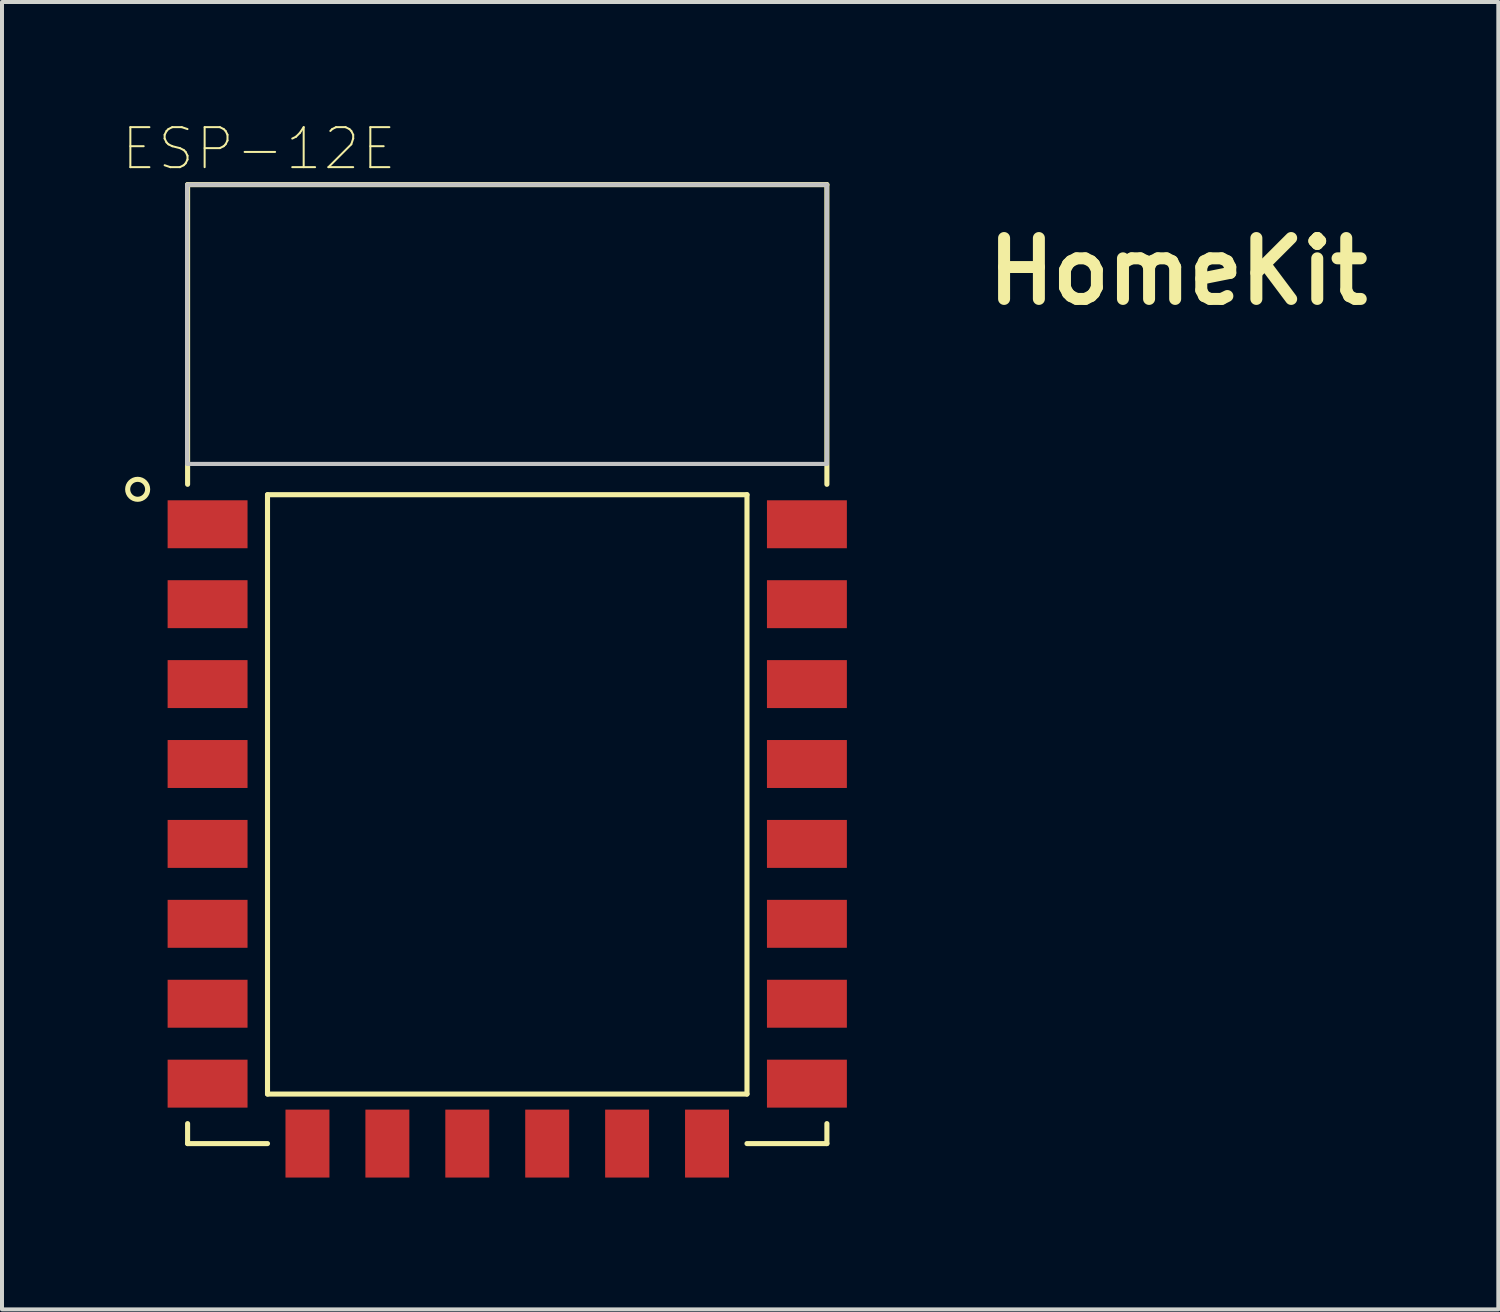
<source format=kicad_pcb>
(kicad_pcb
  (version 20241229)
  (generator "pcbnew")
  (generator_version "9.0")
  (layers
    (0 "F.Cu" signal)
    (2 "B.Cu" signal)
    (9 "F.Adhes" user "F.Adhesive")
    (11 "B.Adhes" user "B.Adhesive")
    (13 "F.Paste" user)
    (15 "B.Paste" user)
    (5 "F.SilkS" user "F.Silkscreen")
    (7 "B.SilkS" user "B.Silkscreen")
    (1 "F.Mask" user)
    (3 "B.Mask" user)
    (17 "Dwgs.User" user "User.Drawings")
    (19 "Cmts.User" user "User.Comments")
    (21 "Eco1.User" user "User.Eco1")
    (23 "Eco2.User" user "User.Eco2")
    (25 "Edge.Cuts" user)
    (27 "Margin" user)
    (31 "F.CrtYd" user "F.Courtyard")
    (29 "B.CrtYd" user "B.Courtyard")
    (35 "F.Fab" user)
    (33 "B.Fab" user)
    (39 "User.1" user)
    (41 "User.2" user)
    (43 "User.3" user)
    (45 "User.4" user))
  (footprint "ESP-12E"
    (layer "F.Cu")
    (at 9.645 17.071)
    (property "Reference" "ESP-12E" (at -6.215 -16.398 0) (layer "F.SilkS") (effects (font (size 1.001 1.001) (thickness 0.05))))
    (attr smd)
    (fp_line (start -8 -15.5) (end 8 -15.5) (stroke (width 0.127) (type solid)) (layer "F.SilkS"))
    (fp_line (start -8 -8) (end -8 -15.5) (stroke (width 0.127) (type solid)) (layer "F.SilkS"))
    (fp_line (start -8 8) (end -8 8.5) (stroke (width 0.127) (type solid)) (layer "F.SilkS"))
    (fp_line (start -8 8.5) (end -6 8.5) (stroke (width 0.127) (type solid)) (layer "F.SilkS"))
    (fp_line (start -6 -7.74) (end 6 -7.74) (stroke (width 0.127) (type solid)) (layer "F.SilkS"))
    (fp_line (start -6 7.26) (end -6 -7.74) (stroke (width 0.127) (type solid)) (layer "F.SilkS"))
    (fp_line (start 6 -7.74) (end 6 7.26) (stroke (width 0.127) (type solid)) (layer "F.SilkS"))
    (fp_line (start 6 7.26) (end -6 7.26) (stroke (width 0.127) (type solid)) (layer "F.SilkS"))
    (fp_line (start 8 -15.5) (end 8 -8) (stroke (width 0.127) (type solid)) (layer "F.SilkS"))
    (fp_line (start 8 8) (end 8 8.5) (stroke (width 0.127) (type solid)) (layer "F.SilkS"))
    (fp_line (start 8 8.5) (end 6 8.5) (stroke (width 0.127) (type solid)) (layer "F.SilkS"))
    (fp_circle (center -9.25 -7.875) (end -9 -7.875) (stroke (width 0.127) (type solid)) (fill no) (layer "F.SilkS"))
    (fp_poly (pts (xy -8.009 -15.5) (xy 8 -15.5) (xy 8 -8.51) (xy -8.009 -8.51)) (stroke (width 0.1) (type solid)) (fill no) (layer "Dwgs.User"))
    (fp_poly (pts (xy -8.009 -15.5) (xy 8 -15.5) (xy 8 -8.51) (xy -8.009 -8.51)) (stroke (width 0.1) (type solid)) (fill no) (layer "Dwgs.User"))
    (fp_line (start -8.75 -15.75) (end -8.75 9.625) (stroke (width 0.05) (type solid)) (layer "Eco1.User"))
    (fp_line (start -8.75 9.625) (end 8.75 9.625) (stroke (width 0.05) (type solid)) (layer "Eco1.User"))
    (fp_line (start 8.75 -15.75) (end -8.75 -15.75) (stroke (width 0.05) (type solid)) (layer "Eco1.User"))
    (fp_line (start 8.75 9.625) (end 8.75 -15.75) (stroke (width 0.05) (type solid)) (layer "Eco1.User"))
    (fp_line (start -8 -15.5) (end 8 -15.5) (stroke (width 0.127) (type solid)) (layer "Eco2.User"))
    (fp_line (start -8 8.5) (end -8 -15.5) (stroke (width 0.127) (type solid)) (layer "Eco2.User"))
    (fp_line (start 8 -15.5) (end 8 8.5) (stroke (width 0.127) (type solid)) (layer "Eco2.User"))
    (fp_line (start 8 8.5) (end -8 8.5) (stroke (width 0.127) (type solid)) (layer "Eco2.User"))
    (pad "1" smd rect (at -7.5 -7) (size 2 1.2) (layers "F.Cu" "F.Mask" "F.Paste"))
    (pad "2" smd rect (at -7.5 -5) (size 2 1.2) (layers "F.Cu" "F.Mask" "F.Paste"))
    (pad "3" smd rect (at -7.5 -3) (size 2 1.2) (layers "F.Cu" "F.Mask" "F.Paste"))
    (pad "4" smd rect (at -7.5 -1) (size 2 1.2) (layers "F.Cu" "F.Mask" "F.Paste"))
    (pad "5" smd rect (at -7.5 1) (size 2 1.2) (layers "F.Cu" "F.Mask" "F.Paste"))
    (pad "6" smd rect (at -7.5 3) (size 2 1.2) (layers "F.Cu" "F.Mask" "F.Paste"))
    (pad "7" smd rect (at -7.5 5) (size 2 1.2) (layers "F.Cu" "F.Mask" "F.Paste"))
    (pad "8" smd rect (at -7.5 7) (size 2 1.2) (layers "F.Cu" "F.Mask" "F.Paste"))
    (pad "9" smd rect (at -5 8.5) (size 1.1 1.7) (layers "F.Cu" "F.Mask" "F.Paste"))
    (pad "10" smd rect (at -3 8.5) (size 1.1 1.7) (layers "F.Cu" "F.Mask" "F.Paste"))
    (pad "11" smd rect (at -1 8.5) (size 1.1 1.7) (layers "F.Cu" "F.Mask" "F.Paste"))
    (pad "12" smd rect (at 1 8.5) (size 1.1 1.7) (layers "F.Cu" "F.Mask" "F.Paste"))
    (pad "13" smd rect (at 3 8.5) (size 1.1 1.7) (layers "F.Cu" "F.Mask" "F.Paste"))
    (pad "14" smd rect (at 5 8.5) (size 1.1 1.7) (layers "F.Cu" "F.Mask" "F.Paste"))
    (pad "15" smd rect (at 7.5 7) (size 2 1.2) (layers "F.Cu" "F.Mask" "F.Paste"))
    (pad "16" smd rect (at 7.5 5) (size 2 1.2) (layers "F.Cu" "F.Mask" "F.Paste"))
    (pad "17" smd rect (at 7.5 3) (size 2 1.2) (layers "F.Cu" "F.Mask" "F.Paste"))
    (pad "18" smd rect (at 7.5 1) (size 2 1.2) (layers "F.Cu" "F.Mask" "F.Paste"))
    (pad "19" smd rect (at 7.5 -1) (size 2 1.2) (layers "F.Cu" "F.Mask" "F.Paste"))
    (pad "20" smd rect (at 7.5 -3) (size 2 1.2) (layers "F.Cu" "F.Mask" "F.Paste"))
    (pad "21" smd rect (at 7.5 -5) (size 2 1.2) (layers "F.Cu" "F.Mask" "F.Paste"))
    (pad "22" smd rect (at 7.5 -7) (size 2 1.2) (layers "F.Cu" "F.Mask" "F.Paste")))
  (footprint "HomeKit"
    (layer "F.Cu")
    (at 26.434 3.742)
    (property "Reference" "HomeKit" (at 0 0 0) (layer "F.SilkS") (effects (font (size 1.524 1.524) (thickness 0.3))))
    (attr through_hole)
    (fp_poly (pts (xy 0.443 -0.681) (xy 0.564 -0.141) (xy 0.432 0.412) (xy 0 0.564) (xy -0.443 0.399) (xy -0.564 -0.141) (xy -0.282 -0.141) (xy -0.13 0.234) (xy 0 0.282) (xy 0.25 0.054) (xy 0.282 -0.141) (xy 0.13 -0.517) (xy 0 -0.564) (xy -0.25 -0.336) (xy -0.282 -0.141) (xy -0.564 -0.141) (xy -0.432 -0.694) (xy 0 -0.847) (xy 0.443 -0.681)) (stroke (width 0.01) (type solid)) (fill yes) (layer "F.Mask"))
    (fp_poly (pts (xy 0.847 -1.693) (xy 1.397 -1.21) (xy 1.641 -0.647) (xy 1.693 0.16) (xy 1.693 1.411) (xy -1.693 1.411) (xy -1.693 0.185) (xy -1.411 0.185) (xy -1.411 1.129) (xy 0 1.129) (xy 0.835 1.112) (xy 1.252 0.998) (xy 1.395 0.696) (xy 1.411 0.234) (xy 1.232 -0.645) (xy 0.778 -1.343) (xy 0.172 -1.683) (xy 0.049 -1.693) (xy -0.651 -1.439) (xy -1.18 -0.786) (xy -1.409 0.101) (xy -1.411 0.185) (xy -1.693 0.185) (xy -1.693 0.16) (xy -1.631 -0.697) (xy -1.368 -1.245) (xy -0.847 -1.693) (xy 0 -2.296) (xy 0.847 -1.693)) (stroke (width 0.01) (type solid)) (fill yes) (layer "F.Mask"))
    (fp_poly (pts (xy 0.987 -2.983) (xy 1.574 -2.594) (xy 1.928 -2.471) (xy 1.976 -2.526) (xy 2.182 -2.811) (xy 2.258 -2.822) (xy 2.5 -2.591) (xy 2.54 -2.351) (xy 2.72 -1.78) (xy 3.007 -1.363) (xy 3.25 -0.982) (xy 3.162 -0.847) (xy 2.973 -0.583) (xy 2.829 0.138) (xy 2.765 0.917) (xy 2.681 2.681) (xy 0.127 2.762) (xy -1.023 2.777) (xy -1.952 2.749) (xy -2.521 2.685) (xy -2.624 2.644) (xy -2.731 2.274) (xy -2.803 1.523) (xy -2.822 0.8) (xy -2.84 0.447) (xy -2.54 0.447) (xy -2.54 2.258) (xy 2.54 2.258) (xy 2.54 0.447) (xy 2.522 -0.549) (xy 2.417 -1.175) (xy 2.143 -1.624) (xy 1.622 -2.09) (xy 1.441 -2.234) (xy 0.736 -2.741) (xy 0.176 -3.055) (xy 0 -3.104) (xy -0.407 -2.94) (xy -1.057 -2.523) (xy -1.441 -2.234) (xy -2.037 -1.733) (xy -2.366 -1.298) (xy -2.507 -0.736) (xy -2.539 0.148) (xy -2.54 0.447) (xy -2.84 0.447) (xy -2.87 -0.143) (xy -2.998 -0.721) (xy -3.121 -0.847) (xy -3.313 -0.926) (xy -3.16 -1.191) (xy -2.624 -1.686) (xy -1.665 -2.453) (xy -1.561 -2.533) (xy -0.001 -3.737) (xy 0.987 -2.983)) (stroke (width 0.01) (type solid)) (fill yes) (layer "F.Mask")))
  (gr_rect
    (start -3 -3)
    (end 34.449 29.721)
    (stroke (width 0.1) (type default))
    (fill no)
    (layer "Edge.Cuts")))
</source>
